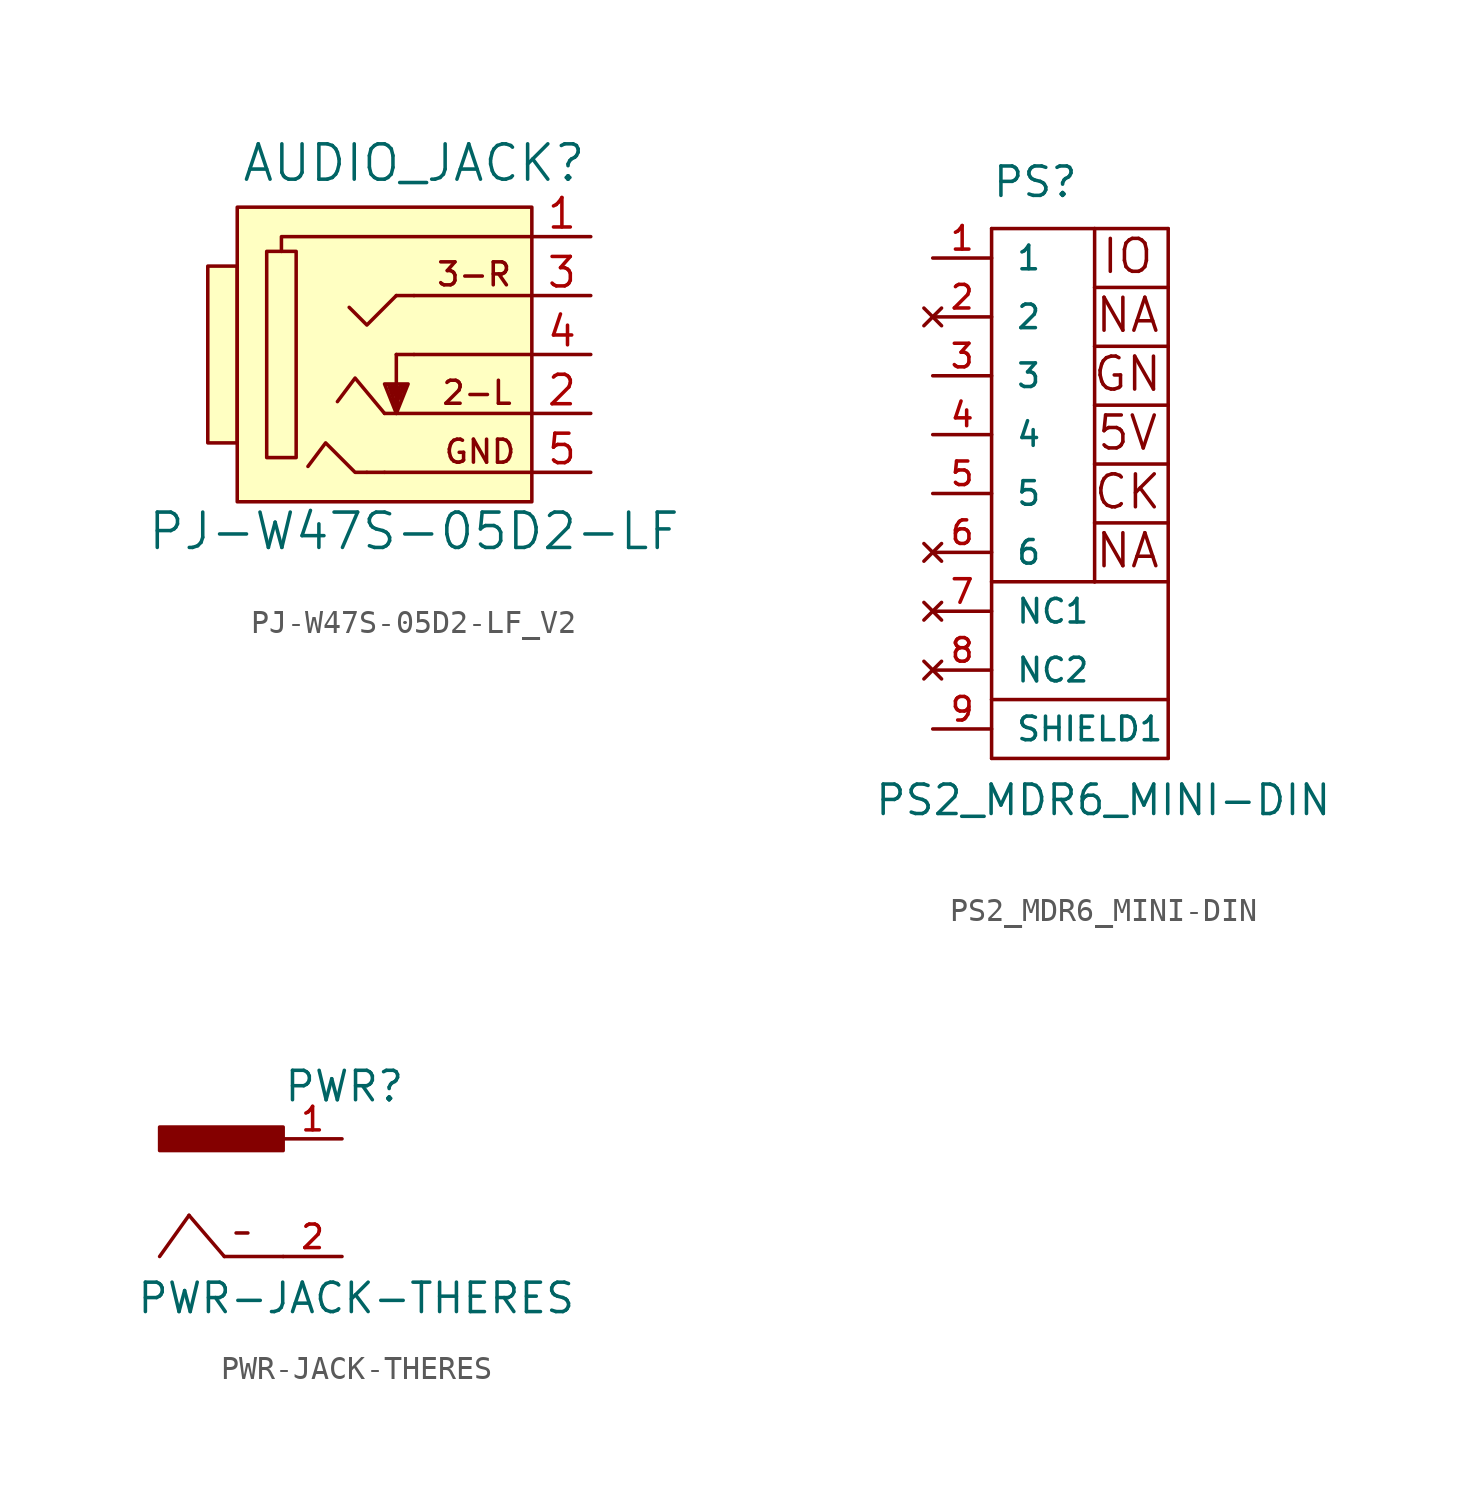
<source format=kicad_sym>
(kicad_symbol_lib
  (version 20220914)
  (generator kicad_symbol_editor)
  (symbol "PJ-W47S-05D2-LF_V2"
    (pin_names
      (offset 1.016))
    (property "Reference" "AUDIO_JACK"
      (at 0 8.255 0)
      (effects (font (size 1.524 1.524))))
    (property "Value" "PJ-W47S-05D2-LF"
      (at 0 -7.62 0)
      (effects (font (size 1.524 1.524))))
    (symbol "PJ-W47S-05D2-LF_V2_0_0"
      (text "2-L" (at 2.718 -1.651 0) (effects (font (size 0.991 0.991))))
      (text "3-R" (at 2.591 3.454 0) (effects (font (size 0.991 0.991))))
      (text "GND" (at 2.845 -4.191 0) (effects (font (size 0.991 0.991)))))
    (symbol "PJ-W47S-05D2-LF_V2_0_1"
      (rectangle (start -6.35 -4.445) (end -5.08 4.445) (stroke (width 0) (type solid)) (fill (type none)))
      (polyline (pts (xy -1.27 -5.08) (xy -2.032 -5.08)) (stroke (width 0) (type solid)) (fill (type none)))
      (polyline (pts (xy -1.092 -1.321) (xy -0.813 -2.108)) (stroke (width 0) (type solid)) (fill (type none)))
      (polyline (pts (xy -0.965 -1.372) (xy -0.787 -1.778)) (stroke (width 0) (type solid)) (fill (type none)))
      (polyline (pts (xy -0.838 -1.676) (xy -0.864 -1.372)) (stroke (width 0) (type solid)) (fill (type none)))
      (polyline (pts (xy -0.762 0) (xy -0.762 -2.54)) (stroke (width 0) (type solid)) (fill (type none)))
      (polyline (pts (xy -0.635 -1.397) (xy -0.711 -2.184)) (stroke (width 0) (type solid)) (fill (type none)))
      (polyline (pts (xy -0.483 -1.321) (xy -0.61 -1.88)) (stroke (width 0) (type solid)) (fill (type none)))
      (polyline (pts (xy -0.457 -1.346) (xy -0.584 -1.346)) (stroke (width 0) (type solid)) (fill (type none)))
      (polyline (pts (xy -0.356 -1.372) (xy -0.533 -1.626)) (stroke (width 0) (type solid)) (fill (type none)))
      (polyline (pts (xy 0 0) (xy -0.762 0)) (stroke (width 0) (type solid)) (fill (type none)))
      (polyline (pts (xy 0 2.54) (xy -0.762 2.54)) (stroke (width 0) (type solid)) (fill (type none)))
      (polyline (pts (xy 5.08 -5.08) (xy -1.27 -5.08)) (stroke (width 0) (type solid)) (fill (type none)))
      (polyline (pts (xy 5.08 -2.54) (xy -1.27 -2.54)) (stroke (width 0) (type solid)) (fill (type none)))
      (polyline (pts (xy 5.08 0) (xy 0 0)) (stroke (width 0) (type solid)) (fill (type none)))
      (polyline (pts (xy 5.08 2.54) (xy 0 2.54)) (stroke (width 0) (type solid)) (fill (type none)))
      (polyline (pts (xy -1.27 -2.54) (xy -2.54 -1.016) (xy -3.302 -2.032)) (stroke (width 0) (type solid)) (fill (type none)))
      (polyline (pts (xy -0.762 2.54) (xy -2.032 1.27) (xy -2.794 2.032)) (stroke (width 0) (type solid)) (fill (type none)))
      (polyline (pts (xy 5.08 5.08) (xy -5.715 5.08) (xy -5.715 4.445)) (stroke (width 0) (type solid)) (fill (type none)))
      (polyline (pts (xy -2.032 -5.08) (xy -2.54 -5.08) (xy -3.81 -3.81) (xy -4.572 -4.826)) (stroke (width 0) (type solid)) (fill (type none)))
      (polyline (pts (xy -0.762 -2.54) (xy -1.27 -1.27) (xy -0.254 -1.27) (xy -0.762 -2.54)) (stroke (width 0) (type solid)) (fill (type none))))
    (symbol "PJ-W47S-05D2-LF_V2_1_1"
      (rectangle (start -8.89 3.81) (end -7.62 -3.81) (stroke (width 0) (type solid)) (fill (type background)))
      (rectangle (start -7.62 6.35) (end 5.08 -6.35) (stroke (width 0) (type solid)) (fill (type background)))
      (pin bidirectional line (at 7.62 5.08 180) (length 2.489) (name "~" (effects (font (size 1.27 1.27)))) (number "1" (effects (font (size 1.27 1.27)))))
      (pin bidirectional line (at 7.62 -2.54 180) (length 2.489) (name "~" (effects (font (size 1.27 1.27)))) (number "2" (effects (font (size 1.27 1.27)))))
      (pin bidirectional line (at 7.62 2.54 180) (length 2.489) (name "~" (effects (font (size 1.27 1.27)))) (number "3" (effects (font (size 1.27 1.27)))))
      (pin bidirectional line (at 7.62 0 180) (length 2.489) (name "~" (effects (font (size 1.27 1.27)))) (number "4" (effects (font (size 1.27 1.27)))))
      (pin power_in line (at 7.62 -5.08 180) (length 2.489) (name "~" (effects (font (size 1.27 1.27)))) (number "5" (effects (font (size 1.27 1.27)))))))
  (symbol "PS2_MDR6_MINI-DIN"
    (pin_names
      (offset 1.016))
    (property "Reference" "PS"
      (at -2.54 12.7 0)
      (effects (font (size 1.27 1.27)) (justify left bottom)))
    (property "Value" "PS2_MDR6_MINI-DIN"
      (at -7.62 -13.97 0)
      (effects (font (size 1.27 1.27)) (justify left bottom)))
    (property "Datasheet" ""
      (at 0 0 0)
      (effects (font (size 1.524 1.524))))
    (property "ki_locked" ""
      (at 0 0 0)
      (effects (font (size 1.27 1.27))))
    (symbol "PS2_MDR6_MINI-DIN_1_0"
      (polyline (pts (xy -2.54 -11.43) (xy 5.08 -11.43)) (stroke (width 0) (type solid)) (fill (type none)))
      (polyline (pts (xy -2.54 -8.89) (xy -2.54 -11.43)) (stroke (width 0) (type solid)) (fill (type none)))
      (polyline (pts (xy -2.54 -8.89) (xy 5.08 -8.89)) (stroke (width 0) (type solid)) (fill (type none)))
      (polyline (pts (xy -2.54 -3.81) (xy -2.54 -8.89)) (stroke (width 0) (type solid)) (fill (type none)))
      (polyline (pts (xy -2.54 -3.81) (xy 1.905 -3.81)) (stroke (width 0) (type solid)) (fill (type none)))
      (polyline (pts (xy -2.54 11.43) (xy -2.54 -3.81)) (stroke (width 0) (type solid)) (fill (type none)))
      (polyline (pts (xy 1.905 -3.81) (xy 5.08 -3.81)) (stroke (width 0) (type solid)) (fill (type none)))
      (polyline (pts (xy 1.905 -1.27) (xy 1.905 -3.81)) (stroke (width 0) (type solid)) (fill (type none)))
      (polyline (pts (xy 1.905 -1.27) (xy 5.08 -1.27)) (stroke (width 0) (type solid)) (fill (type none)))
      (polyline (pts (xy 1.905 1.27) (xy 1.905 -1.27)) (stroke (width 0) (type solid)) (fill (type none)))
      (polyline (pts (xy 1.905 1.27) (xy 5.08 1.27)) (stroke (width 0) (type solid)) (fill (type none)))
      (polyline (pts (xy 1.905 3.81) (xy 1.905 1.27)) (stroke (width 0) (type solid)) (fill (type none)))
      (polyline (pts (xy 1.905 3.81) (xy 5.08 3.81)) (stroke (width 0) (type solid)) (fill (type none)))
      (polyline (pts (xy 1.905 6.35) (xy 1.905 3.81)) (stroke (width 0) (type solid)) (fill (type none)))
      (polyline (pts (xy 1.905 6.35) (xy 5.08 6.35)) (stroke (width 0) (type solid)) (fill (type none)))
      (polyline (pts (xy 1.905 8.89) (xy 1.905 6.35)) (stroke (width 0) (type solid)) (fill (type none)))
      (polyline (pts (xy 1.905 8.89) (xy 5.08 8.89)) (stroke (width 0) (type solid)) (fill (type none)))
      (polyline (pts (xy 1.905 11.43) (xy -2.54 11.43)) (stroke (width 0) (type solid)) (fill (type none)))
      (polyline (pts (xy 1.905 11.43) (xy 1.905 8.89)) (stroke (width 0) (type solid)) (fill (type none)))
      (polyline (pts (xy 5.08 -11.43) (xy 5.08 -8.89)) (stroke (width 0) (type solid)) (fill (type none)))
      (polyline (pts (xy 5.08 -8.89) (xy 5.08 -3.81)) (stroke (width 0) (type solid)) (fill (type none)))
      (polyline (pts (xy 5.08 -3.81) (xy 5.08 -1.27)) (stroke (width 0) (type solid)) (fill (type none)))
      (polyline (pts (xy 5.08 -1.27) (xy 5.08 1.27)) (stroke (width 0) (type solid)) (fill (type none)))
      (polyline (pts (xy 5.08 1.27) (xy 5.08 3.81)) (stroke (width 0) (type solid)) (fill (type none)))
      (polyline (pts (xy 5.08 3.81) (xy 5.08 6.35)) (stroke (width 0) (type solid)) (fill (type none)))
      (polyline (pts (xy 5.08 6.35) (xy 5.08 8.89)) (stroke (width 0) (type solid)) (fill (type none)))
      (polyline (pts (xy 5.08 8.89) (xy 5.08 11.43)) (stroke (width 0) (type solid)) (fill (type none)))
      (polyline (pts (xy 5.08 11.43) (xy 1.905 11.43)) (stroke (width 0) (type solid)) (fill (type none)))
      (text "5V" (at 3.327 2.616 0) (effects (font (size 1.422 1.422))))
      (text "CK" (at 3.327 0.076 0) (effects (font (size 1.422 1.422))))
      (text "GN" (at 3.327 5.156 0) (effects (font (size 1.422 1.422))))
      (text "IO" (at 3.327 10.236 0) (effects (font (size 1.422 1.422))))
      (text "NA" (at 3.327 -2.464 0) (effects (font (size 1.422 1.422))))
      (text "NA" (at 3.327 7.696 0) (effects (font (size 1.422 1.422)))))
    (symbol "PS2_MDR6_MINI-DIN_1_1"
      (pin bidirectional line (at -5.08 10.16 0) (length 2.54) (name "1" (effects (font (size 1.016 1.016)))) (number "1" (effects (font (size 1.016 1.016)))))
      (pin no_connect line (at -5.08 7.62 0) (length 2.54) (name "2" (effects (font (size 1.016 1.016)))) (number "2" (effects (font (size 1.016 1.016)))))
      (pin power_in line (at -5.08 5.08 0) (length 2.54) (name "3" (effects (font (size 1.016 1.016)))) (number "3" (effects (font (size 1.016 1.016)))))
      (pin power_in line (at -5.08 2.54 0) (length 2.54) (name "4" (effects (font (size 1.016 1.016)))) (number "4" (effects (font (size 1.016 1.016)))))
      (pin bidirectional line (at -5.08 0 0) (length 2.54) (name "5" (effects (font (size 1.016 1.016)))) (number "5" (effects (font (size 1.016 1.016)))))
      (pin no_connect line (at -5.08 -2.54 0) (length 2.54) (name "6" (effects (font (size 1.016 1.016)))) (number "6" (effects (font (size 1.016 1.016)))))
      (pin no_connect line (at -5.08 -5.08 0) (length 2.54) (name "NC1" (effects (font (size 1.016 1.016)))) (number "7" (effects (font (size 1.016 1.016)))))
      (pin no_connect line (at -5.08 -7.62 0) (length 2.54) (name "NC2" (effects (font (size 1.016 1.016)))) (number "8" (effects (font (size 1.016 1.016)))))
      (pin input line (at -5.08 -10.16 0) (length 2.54) (name "SHIELD1" (effects (font (size 1.016 1.016)))) (number "9" (effects (font (size 1.016 1.016)))))))
  (symbol "PWR-JACK-THERES"
    (pin_names
      (offset 1.016) hide)
    (property "Reference" "PWR"
      (at 2.54 4.064 0)
      (effects (font (size 1.27 1.27)) (justify left bottom)))
    (property "Value" "PWR-JACK-THERES"
      (at -3.81 -5.08 0)
      (effects (font (size 1.27 1.27)) (justify left bottom)))
    (property "Datasheet" ""
      (at 0 0 0)
      (effects (font (size 1.524 1.524))))
    (symbol "PWR-JACK-THERES_1_0"
      (polyline (pts (xy -1.524 -0.762) (xy -2.794 -2.54)) (stroke (width 0) (type solid)) (fill (type none)))
      (polyline (pts (xy 0 -2.54) (xy -1.524 -0.762)) (stroke (width 0) (type solid)) (fill (type none)))
      (polyline (pts (xy 0.508 -1.524) (xy 1.016 -1.524)) (stroke (width 0) (type solid)) (fill (type none)))
      (polyline (pts (xy 2.54 -2.54) (xy 0 -2.54)) (stroke (width 0) (type solid)) (fill (type none))))
    (symbol "PWR-JACK-THERES_1_1"
      (rectangle (start 2.54 2.032) (end -2.794 3.048) (stroke (width 0) (type solid)) (fill (type outline)))
      (pin passive line (at 5.08 2.54 180) (length 2.54) (name "+" (effects (font (size 1.016 1.016)))) (number "1" (effects (font (size 1.016 1.016)))))
      (pin passive line (at 5.08 -2.54 180) (length 2.54) (name "-" (effects (font (size 1.016 1.016)))) (number "2" (effects (font (size 1.016 1.016))))))))
</source>
